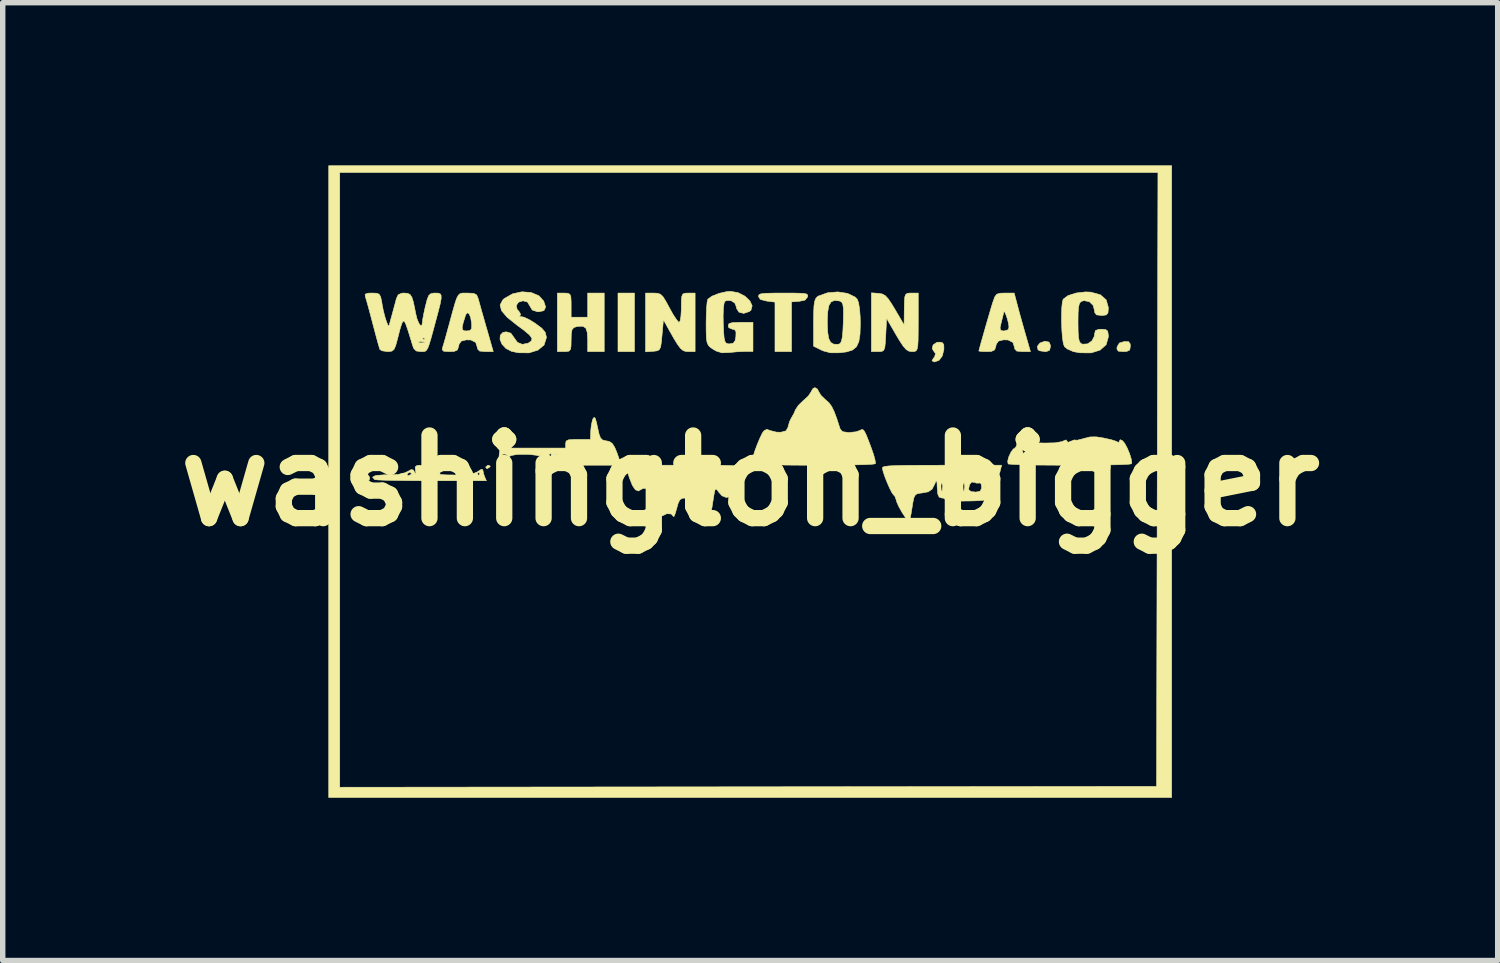
<source format=kicad_pcb>
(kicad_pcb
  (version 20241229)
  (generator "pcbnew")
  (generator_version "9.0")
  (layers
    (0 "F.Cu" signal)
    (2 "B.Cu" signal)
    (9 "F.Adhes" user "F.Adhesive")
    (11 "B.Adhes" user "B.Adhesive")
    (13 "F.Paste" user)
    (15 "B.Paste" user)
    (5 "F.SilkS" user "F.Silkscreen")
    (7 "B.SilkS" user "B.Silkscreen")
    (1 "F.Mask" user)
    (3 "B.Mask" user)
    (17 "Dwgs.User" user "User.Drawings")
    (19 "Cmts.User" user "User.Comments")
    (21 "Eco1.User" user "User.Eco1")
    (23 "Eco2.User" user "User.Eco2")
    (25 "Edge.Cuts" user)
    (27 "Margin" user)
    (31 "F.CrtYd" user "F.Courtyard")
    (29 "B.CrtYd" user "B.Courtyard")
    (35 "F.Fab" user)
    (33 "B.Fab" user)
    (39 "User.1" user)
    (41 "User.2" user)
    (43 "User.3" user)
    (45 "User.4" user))
  (footprint "washington_bigger"
    (layer "F.Cu")
    (at 10.784 5.815)
    (property "Reference" "washington_bigger" (at 0 0 0) (layer "F.SilkS") (effects (font (size 1.524 1.524) (thickness 0.3))))
    (attr through_hole)
    (fp_poly (pts (xy -2.134 -2.381) (xy -2.438 -2.381) (xy -2.438 -3.461) (xy -2.134 -3.461) (xy -2.134 -2.381)) (stroke (width 0.01) (type solid)) (fill yes) (layer "F.SilkS"))
    (fp_poly (pts (xy -7.077 -0.141) (xy -7.061 -0.127) (xy -7.016 -0.06) (xy -7.025 -0.012) (xy -7.061 0) (xy -7.098 -0.027) (xy -7.111 -0.087) (xy -7.104 -0.143) (xy -7.077 -0.141)) (stroke (width 0.01) (type solid)) (fill yes) (layer "F.SilkS"))
    (fp_poly (pts (xy -4.793 -0.266) (xy -4.801 -0.254) (xy -4.846 -0.224) (xy -4.854 -0.222) (xy -4.876 -0.247) (xy -4.877 -0.254) (xy -4.838 -0.285) (xy -4.823 -0.286) (xy -4.793 -0.266)) (stroke (width 0.01) (type solid)) (fill yes) (layer "F.SilkS"))
    (fp_poly (pts (xy 6.977 -2.564) (xy 7.007 -2.525) (xy 7.01 -2.479) (xy 6.998 -2.41) (xy 6.942 -2.384) (xy 6.88 -2.381) (xy 6.787 -2.39) (xy 6.762 -2.431) (xy 6.766 -2.469) (xy 6.808 -2.54) (xy 6.896 -2.566) (xy 6.977 -2.564)) (stroke (width 0.01) (type solid)) (fill yes) (layer "F.SilkS"))
    (fp_poly (pts (xy 5.511 -2.556) (xy 5.536 -2.498) (xy 5.537 -2.477) (xy 5.521 -2.406) (xy 5.461 -2.382) (xy 5.439 -2.381) (xy 5.341 -2.396) (xy 5.308 -2.413) (xy 5.294 -2.477) (xy 5.342 -2.539) (xy 5.428 -2.571) (xy 5.439 -2.572) (xy 5.511 -2.556)) (stroke (width 0.01) (type solid)) (fill yes) (layer "F.SilkS"))
    (fp_poly (pts (xy 7.772 5.842) (xy -7.772 5.842) (xy -7.772 -5.683) (xy -7.569 -5.683) (xy -7.569 5.652) (xy -0.038 5.644) (xy 7.493 5.636) (xy 7.506 -0.024) (xy 7.519 -5.683) (xy -7.569 -5.683) (xy -7.772 -5.683) (xy -7.772 -5.81) (xy 7.772 -5.81) (xy 7.772 5.842)) (stroke (width 0.01) (type solid)) (fill yes) (layer "F.SilkS"))
    (fp_poly (pts (xy 3.543 -2.547) (xy 3.57 -2.51) (xy 3.572 -2.427) (xy 3.571 -2.418) (xy 3.542 -2.3) (xy 3.481 -2.22) (xy 3.397 -2.191) (xy 3.354 -2.211) (xy 3.354 -2.215) (xy 3.379 -2.259) (xy 3.401 -2.285) (xy 3.417 -2.348) (xy 3.397 -2.371) (xy 3.356 -2.436) (xy 3.373 -2.505) (xy 3.438 -2.55) (xy 3.48 -2.556) (xy 3.543 -2.547)) (stroke (width 0.01) (type solid)) (fill yes) (layer "F.SilkS"))
    (fp_poly (pts (xy 0.83 -3.46) (xy 0.965 -3.456) (xy 1.035 -3.445) (xy 1.06 -3.425) (xy 1.058 -3.393) (xy 1.058 -3.389) (xy 1.009 -3.33) (xy 0.902 -3.308) (xy 0.762 -3.298) (xy 0.762 -2.381) (xy 0.457 -2.381) (xy 0.457 -3.294) (xy 0.305 -3.313) (xy 0.188 -3.343) (xy 0.152 -3.396) (xy 0.152 -3.396) (xy 0.16 -3.427) (xy 0.194 -3.446) (xy 0.276 -3.456) (xy 0.424 -3.46) (xy 0.613 -3.461) (xy 0.83 -3.46)) (stroke (width 0.01) (type solid)) (fill yes) (layer "F.SilkS"))
    (fp_poly (pts (xy -3.363 -3.457) (xy -3.325 -3.438) (xy -3.307 -3.39) (xy -3.302 -3.298) (xy -3.302 -3.239) (xy -3.302 -3.016) (xy -2.997 -3.016) (xy -2.997 -3.461) (xy -2.692 -3.461) (xy -2.692 -2.381) (xy -2.997 -2.381) (xy -2.997 -2.602) (xy -3.005 -2.735) (xy -3.031 -2.814) (xy -3.086 -2.849) (xy -3.175 -2.846) (xy -3.201 -2.842) (xy -3.255 -2.823) (xy -3.286 -2.784) (xy -3.299 -2.711) (xy -3.302 -2.601) (xy -3.304 -2.486) (xy -3.315 -2.42) (xy -3.343 -2.39) (xy -3.397 -2.382) (xy -3.429 -2.381) (xy -3.556 -2.381) (xy -3.556 -3.461) (xy -3.429 -3.461) (xy -3.363 -3.457)) (stroke (width 0.01) (type solid)) (fill yes) (layer "F.SilkS"))
    (fp_poly (pts (xy -1.708 -3.457) (xy -1.655 -3.439) (xy -1.608 -3.394) (xy -1.556 -3.311) (xy -1.491 -3.191) (xy -1.425 -3.071) (xy -1.365 -2.979) (xy -1.322 -2.927) (xy -1.31 -2.921) (xy -1.292 -2.95) (xy -1.278 -3.029) (xy -1.271 -3.141) (xy -1.27 -3.191) (xy -1.269 -3.322) (xy -1.261 -3.401) (xy -1.242 -3.443) (xy -1.204 -3.458) (xy -1.143 -3.461) (xy -1.016 -3.461) (xy -1.016 -2.381) (xy -1.139 -2.381) (xy -1.193 -2.385) (xy -1.239 -2.402) (xy -1.285 -2.441) (xy -1.338 -2.511) (xy -1.406 -2.621) (xy -1.496 -2.78) (xy -1.53 -2.842) (xy -1.6 -2.969) (xy -1.626 -2.683) (xy -1.639 -2.548) (xy -1.653 -2.463) (xy -1.677 -2.417) (xy -1.716 -2.396) (xy -1.778 -2.388) (xy -1.791 -2.387) (xy -1.93 -2.377) (xy -1.93 -3.461) (xy -1.781 -3.461) (xy -1.708 -3.457)) (stroke (width 0.01) (type solid)) (fill yes) (layer "F.SilkS"))
    (fp_poly (pts (xy 2.368 -3.455) (xy 2.435 -3.444) (xy 2.49 -3.414) (xy 2.546 -3.354) (xy 2.614 -3.252) (xy 2.67 -3.159) (xy 2.838 -2.873) (xy 2.841 -3.167) (xy 2.844 -3.305) (xy 2.851 -3.391) (xy 2.869 -3.437) (xy 2.902 -3.457) (xy 2.956 -3.461) (xy 2.972 -3.461) (xy 3.099 -3.461) (xy 3.099 -2.921) (xy 3.098 -2.725) (xy 3.096 -2.583) (xy 3.09 -2.487) (xy 3.078 -2.427) (xy 3.059 -2.396) (xy 3.03 -2.383) (xy 2.99 -2.381) (xy 2.985 -2.381) (xy 2.928 -2.389) (xy 2.877 -2.419) (xy 2.822 -2.481) (xy 2.753 -2.586) (xy 2.692 -2.688) (xy 2.515 -2.994) (xy 2.5 -2.688) (xy 2.492 -2.547) (xy 2.482 -2.457) (xy 2.463 -2.408) (xy 2.431 -2.386) (xy 2.38 -2.381) (xy 2.36 -2.381) (xy 2.235 -2.381) (xy 2.235 -3.465) (xy 2.368 -3.455)) (stroke (width 0.01) (type solid)) (fill yes) (layer "F.SilkS"))
    (fp_poly (pts (xy 1.794 -3.455) (xy 1.933 -3.388) (xy 1.975 -3.346) (xy 1.998 -3.281) (xy 2.017 -3.169) (xy 2.028 -3.023) (xy 2.031 -2.896) (xy 2.025 -2.703) (xy 2.003 -2.564) (xy 1.959 -2.47) (xy 1.886 -2.41) (xy 1.777 -2.376) (xy 1.648 -2.36) (xy 1.481 -2.359) (xy 1.349 -2.394) (xy 1.308 -2.412) (xy 1.168 -2.481) (xy 1.168 -2.918) (xy 1.168 -2.923) (xy 1.422 -2.923) (xy 1.428 -2.747) (xy 1.447 -2.625) (xy 1.483 -2.552) (xy 1.541 -2.518) (xy 1.624 -2.516) (xy 1.625 -2.516) (xy 1.658 -2.53) (xy 1.682 -2.572) (xy 1.699 -2.65) (xy 1.71 -2.774) (xy 1.716 -2.91) (xy 1.72 -3.074) (xy 1.718 -3.186) (xy 1.707 -3.256) (xy 1.686 -3.295) (xy 1.652 -3.313) (xy 1.646 -3.315) (xy 1.556 -3.325) (xy 1.493 -3.299) (xy 1.452 -3.233) (xy 1.43 -3.117) (xy 1.422 -2.946) (xy 1.422 -2.923) (xy 1.168 -2.923) (xy 1.17 -3.098) (xy 1.176 -3.224) (xy 1.189 -3.309) (xy 1.21 -3.362) (xy 1.241 -3.396) (xy 1.257 -3.406) (xy 1.426 -3.466) (xy 1.615 -3.482) (xy 1.794 -3.455)) (stroke (width 0.01) (type solid)) (fill yes) (layer "F.SilkS"))
    (fp_poly (pts (xy 4.929 -3.231) (xy 4.966 -3.091) (xy 5.014 -2.919) (xy 5.063 -2.745) (xy 5.079 -2.691) (xy 5.168 -2.381) (xy 5.022 -2.381) (xy 4.915 -2.391) (xy 4.878 -2.431) (xy 4.876 -2.453) (xy 4.845 -2.55) (xy 4.755 -2.596) (xy 4.668 -2.598) (xy 4.578 -2.575) (xy 4.537 -2.516) (xy 4.531 -2.484) (xy 4.508 -2.413) (xy 4.448 -2.385) (xy 4.366 -2.381) (xy 4.26 -2.384) (xy 4.216 -2.392) (xy 4.225 -2.428) (xy 4.248 -2.513) (xy 4.282 -2.633) (xy 4.322 -2.774) (xy 4.336 -2.822) (xy 4.608 -2.822) (xy 4.616 -2.777) (xy 4.657 -2.763) (xy 4.682 -2.762) (xy 4.758 -2.785) (xy 4.772 -2.834) (xy 4.763 -2.902) (xy 4.743 -2.982) (xy 4.718 -3.057) (xy 4.695 -3.108) (xy 4.679 -3.118) (xy 4.676 -3.111) (xy 4.663 -3.053) (xy 4.64 -2.96) (xy 4.628 -2.913) (xy 4.608 -2.822) (xy 4.336 -2.822) (xy 4.365 -2.924) (xy 4.407 -3.067) (xy 4.443 -3.191) (xy 4.471 -3.282) (xy 4.475 -3.294) (xy 4.51 -3.391) (xy 4.547 -3.44) (xy 4.609 -3.458) (xy 4.698 -3.461) (xy 4.868 -3.461) (xy 4.929 -3.231)) (stroke (width 0.01) (type solid)) (fill yes) (layer "F.SilkS"))
    (fp_poly (pts (xy -5.213 -3.461) (xy -5.099 -3.455) (xy -5.043 -3.425) (xy -5.013 -3.351) (xy -5.011 -3.342) (xy -4.99 -3.266) (xy -4.956 -3.143) (xy -4.912 -2.99) (xy -4.865 -2.823) (xy -4.858 -2.802) (xy -4.738 -2.381) (xy -4.883 -2.381) (xy -4.99 -2.391) (xy -5.028 -2.431) (xy -5.03 -2.453) (xy -5.061 -2.55) (xy -5.151 -2.596) (xy -5.238 -2.598) (xy -5.328 -2.575) (xy -5.369 -2.516) (xy -5.375 -2.484) (xy -5.398 -2.413) (xy -5.458 -2.385) (xy -5.544 -2.381) (xy -5.65 -2.387) (xy -5.68 -2.417) (xy -5.669 -2.469) (xy -5.649 -2.534) (xy -5.617 -2.645) (xy -5.578 -2.788) (xy -5.566 -2.829) (xy -5.311 -2.829) (xy -5.305 -2.783) (xy -5.274 -2.765) (xy -5.229 -2.762) (xy -5.166 -2.77) (xy -5.138 -2.806) (xy -5.136 -2.885) (xy -5.138 -2.905) (xy -5.155 -3.011) (xy -5.183 -3.078) (xy -5.215 -3.097) (xy -5.245 -3.063) (xy -5.251 -3.046) (xy -5.293 -2.912) (xy -5.311 -2.829) (xy -5.566 -2.829) (xy -5.537 -2.937) (xy -5.485 -3.129) (xy -5.445 -3.268) (xy -5.414 -3.361) (xy -5.384 -3.419) (xy -5.352 -3.449) (xy -5.311 -3.46) (xy -5.255 -3.461) (xy -5.213 -3.461)) (stroke (width 0.01) (type solid)) (fill yes) (layer "F.SilkS"))
    (fp_poly (pts (xy -4.039 -3.471) (xy -3.895 -3.41) (xy -3.808 -3.313) (xy -3.772 -3.203) (xy -3.804 -3.136) (xy -3.9 -3.116) (xy -3.924 -3.117) (xy -4.019 -3.148) (xy -4.064 -3.223) (xy -4.107 -3.296) (xy -4.19 -3.318) (xy -4.191 -3.318) (xy -4.274 -3.292) (xy -4.313 -3.231) (xy -4.298 -3.159) (xy -4.267 -3.127) (xy -4.234 -3.071) (xy -4.245 -3.044) (xy -4.254 -3.021) (xy -4.23 -3.027) (xy -4.171 -3.016) (xy -4.07 -2.968) (xy -3.968 -2.905) (xy -3.844 -2.813) (xy -3.781 -2.739) (xy -3.76 -2.658) (xy -3.759 -2.635) (xy -3.801 -2.503) (xy -3.914 -2.409) (xy -4.079 -2.358) (xy -4.277 -2.36) (xy -4.403 -2.387) (xy -4.506 -2.441) (xy -4.578 -2.519) (xy -4.614 -2.606) (xy -4.609 -2.683) (xy -4.56 -2.735) (xy -4.499 -2.746) (xy -4.414 -2.721) (xy -4.357 -2.642) (xy -4.292 -2.551) (xy -4.201 -2.515) (xy -4.094 -2.537) (xy -4.089 -2.54) (xy -4.033 -2.58) (xy -4.025 -2.627) (xy -4.071 -2.69) (xy -4.179 -2.78) (xy -4.293 -2.863) (xy -4.481 -3.013) (xy -4.586 -3.136) (xy -4.612 -3.241) (xy -4.563 -3.334) (xy -4.535 -3.36) (xy -4.382 -3.447) (xy -4.209 -3.484) (xy -4.039 -3.471)) (stroke (width 0.01) (type solid)) (fill yes) (layer "F.SilkS"))
    (fp_poly (pts (xy 6.279 -3.478) (xy 6.456 -3.43) (xy 6.564 -3.336) (xy 6.604 -3.196) (xy 6.604 -3.184) (xy 6.598 -3.098) (xy 6.569 -3.059) (xy 6.502 -3.048) (xy 6.477 -3.048) (xy 6.384 -3.059) (xy 6.352 -3.106) (xy 6.35 -3.137) (xy 6.323 -3.235) (xy 6.255 -3.301) (xy 6.161 -3.321) (xy 6.133 -3.316) (xy 6.095 -3.3) (xy 6.07 -3.265) (xy 6.055 -3.2) (xy 6.047 -3.095) (xy 6.045 -2.938) (xy 6.045 -2.917) (xy 6.047 -2.753) (xy 6.054 -2.641) (xy 6.069 -2.572) (xy 6.093 -2.535) (xy 6.129 -2.518) (xy 6.223 -2.524) (xy 6.301 -2.579) (xy 6.346 -2.665) (xy 6.35 -2.705) (xy 6.366 -2.77) (xy 6.432 -2.793) (xy 6.477 -2.794) (xy 6.555 -2.788) (xy 6.592 -2.759) (xy 6.603 -2.691) (xy 6.604 -2.65) (xy 6.564 -2.509) (xy 6.454 -2.41) (xy 6.288 -2.358) (xy 6.079 -2.359) (xy 5.96 -2.381) (xy 5.846 -2.431) (xy 5.795 -2.473) (xy 5.775 -2.527) (xy 5.759 -2.629) (xy 5.748 -2.763) (xy 5.741 -2.913) (xy 5.741 -3.063) (xy 5.746 -3.196) (xy 5.757 -3.298) (xy 5.772 -3.348) (xy 5.86 -3.414) (xy 6.01 -3.462) (xy 6.185 -3.482) (xy 6.279 -3.478)) (stroke (width 0.01) (type solid)) (fill yes) (layer "F.SilkS"))
    (fp_poly (pts (xy -0.223 -3.468) (xy -0.098 -3.404) (xy -0.007 -3.318) (xy 0.036 -3.226) (xy 0.014 -3.145) (xy -0.016 -3.12) (xy -0.119 -3.086) (xy -0.205 -3.107) (xy -0.251 -3.175) (xy -0.254 -3.202) (xy -0.284 -3.277) (xy -0.354 -3.321) (xy -0.438 -3.322) (xy -0.467 -3.308) (xy -0.483 -3.267) (xy -0.494 -3.177) (xy -0.499 -3.049) (xy -0.497 -2.902) (xy -0.49 -2.742) (xy -0.481 -2.635) (xy -0.466 -2.57) (xy -0.443 -2.537) (xy -0.408 -2.525) (xy -0.381 -2.524) (xy -0.314 -2.536) (xy -0.279 -2.581) (xy -0.264 -2.659) (xy -0.262 -2.747) (xy -0.289 -2.787) (xy -0.327 -2.794) (xy -0.393 -2.821) (xy -0.406 -2.857) (xy -0.391 -2.897) (xy -0.329 -2.916) (xy -0.194 -2.921) (xy -0.178 -2.921) (xy 0.051 -2.921) (xy 0.051 -2.384) (xy -0.089 -2.384) (xy -0.244 -2.378) (xy -0.391 -2.364) (xy -0.522 -2.359) (xy -0.627 -2.392) (xy -0.683 -2.424) (xy -0.737 -2.461) (xy -0.773 -2.499) (xy -0.796 -2.553) (xy -0.808 -2.633) (xy -0.812 -2.753) (xy -0.813 -2.901) (xy -0.81 -3.057) (xy -0.804 -3.193) (xy -0.794 -3.295) (xy -0.782 -3.347) (xy -0.781 -3.348) (xy -0.706 -3.403) (xy -0.575 -3.455) (xy -0.429 -3.488) (xy -0.365 -3.493) (xy -0.223 -3.468)) (stroke (width 0.01) (type solid)) (fill yes) (layer "F.SilkS"))
    (fp_poly (pts (xy 4.996 -0.863) (xy 4.991 -0.81) (xy 4.984 -0.725) (xy 5 -0.622) (xy 5.002 -0.614) (xy 5.037 -0.496) (xy 5.117 -0.599) (xy 5.174 -0.662) (xy 5.24 -0.691) (xy 5.351 -0.697) (xy 5.44 -0.695) (xy 5.617 -0.699) (xy 5.742 -0.72) (xy 5.762 -0.728) (xy 5.825 -0.753) (xy 5.842 -0.73) (xy 5.857 -0.707) (xy 5.918 -0.73) (xy 5.918 -0.73) (xy 5.98 -0.754) (xy 5.994 -0.749) (xy 6.033 -0.748) (xy 6.129 -0.772) (xy 6.148 -0.778) (xy 6.266 -0.808) (xy 6.383 -0.809) (xy 6.516 -0.788) (xy 6.656 -0.757) (xy 6.752 -0.726) (xy 6.768 -0.716) (xy 6.801 -0.707) (xy 6.806 -0.729) (xy 6.824 -0.757) (xy 6.864 -0.739) (xy 6.905 -0.691) (xy 6.952 -0.604) (xy 6.995 -0.502) (xy 7.026 -0.404) (xy 7.036 -0.333) (xy 7.03 -0.312) (xy 6.974 -0.304) (xy 6.833 -0.297) (xy 6.627 -0.292) (xy 6.374 -0.289) (xy 6.09 -0.287) (xy 5.794 -0.286) (xy 5.505 -0.288) (xy 5.239 -0.29) (xy 5.015 -0.295) (xy 4.851 -0.301) (xy 4.764 -0.308) (xy 4.756 -0.311) (xy 4.748 -0.361) (xy 4.768 -0.439) (xy 4.806 -0.522) (xy 4.849 -0.583) (xy 4.874 -0.597) (xy 4.906 -0.633) (xy 4.926 -0.71) (xy 4.928 -0.749) (xy 4.936 -0.833) (xy 4.959 -0.883) (xy 4.971 -0.889) (xy 4.996 -0.863)) (stroke (width 0.01) (type solid)) (fill yes) (layer "F.SilkS"))
    (fp_poly (pts (xy 1.24 -1.69) (xy 1.262 -1.645) (xy 1.307 -1.572) (xy 1.391 -1.491) (xy 1.398 -1.486) (xy 1.454 -1.436) (xy 1.502 -1.37) (xy 1.547 -1.278) (xy 1.597 -1.145) (xy 1.656 -0.962) (xy 1.656 -0.96) (xy 1.702 -0.905) (xy 1.811 -0.889) (xy 1.82 -0.889) (xy 1.946 -0.902) (xy 2.02 -0.926) (xy 2.052 -0.943) (xy 2.079 -0.942) (xy 2.105 -0.914) (xy 2.138 -0.849) (xy 2.182 -0.739) (xy 2.232 -0.606) (xy 2.275 -0.483) (xy 2.302 -0.383) (xy 2.31 -0.322) (xy 2.307 -0.313) (xy 2.25 -0.304) (xy 2.109 -0.297) (xy 1.903 -0.292) (xy 1.649 -0.289) (xy 1.365 -0.287) (xy 1.069 -0.286) (xy 0.779 -0.288) (xy 0.513 -0.291) (xy 0.29 -0.295) (xy 0.125 -0.301) (xy 0.039 -0.309) (xy 0.031 -0.312) (xy 0.03 -0.354) (xy 0.051 -0.439) (xy 0.086 -0.551) (xy 0.131 -0.672) (xy 0.179 -0.786) (xy 0.222 -0.875) (xy 0.252 -0.919) (xy 0.304 -0.948) (xy 0.374 -0.924) (xy 0.485 -0.896) (xy 0.569 -0.895) (xy 0.66 -0.92) (xy 0.698 -0.988) (xy 0.7 -1) (xy 0.726 -1.093) (xy 0.76 -1.159) (xy 0.806 -1.24) (xy 0.834 -1.307) (xy 0.888 -1.39) (xy 0.978 -1.477) (xy 0.986 -1.483) (xy 1.073 -1.563) (xy 1.123 -1.639) (xy 1.125 -1.645) (xy 1.158 -1.701) (xy 1.194 -1.717) (xy 1.24 -1.69)) (stroke (width 0.01) (type solid)) (fill yes) (layer "F.SilkS"))
    (fp_poly (pts (xy -0.541 -0.285) (xy -0.337 -0.28) (xy -0.202 -0.266) (xy -0.126 -0.24) (xy -0.097 -0.199) (xy -0.106 -0.138) (xy -0.141 -0.056) (xy -0.187 0.046) (xy -0.268 0.192) (xy -0.353 0.28) (xy -0.438 0.31) (xy -0.52 0.278) (xy -0.577 0.214) (xy -0.612 0.166) (xy -0.635 0.152) (xy -0.652 0.178) (xy -0.667 0.252) (xy -0.686 0.373) (xy -0.706 0.5) (xy -0.725 0.577) (xy -0.752 0.613) (xy -0.792 0.621) (xy -0.845 0.615) (xy -0.941 0.613) (xy -0.965 0.633) (xy -0.996 0.656) (xy -1.016 0.651) (xy -1.045 0.61) (xy -1.064 0.528) (xy -1.067 0.474) (xy -1.071 0.381) (xy -1.093 0.334) (xy -1.145 0.319) (xy -1.187 0.318) (xy -1.254 0.324) (xy -1.298 0.352) (xy -1.329 0.417) (xy -1.357 0.516) (xy -1.384 0.608) (xy -1.405 0.659) (xy -1.415 0.659) (xy -1.415 0.659) (xy -1.457 0.613) (xy -1.538 0.607) (xy -1.609 0.643) (xy -1.645 0.649) (xy -1.677 0.599) (xy -1.703 0.5) (xy -1.721 0.36) (xy -1.725 0.302) (xy -1.736 0.199) (xy -1.755 0.109) (xy -1.778 0.043) (xy -1.801 0.01) (xy -1.818 0.02) (xy -1.825 0.07) (xy -1.845 0.133) (xy -1.9 0.14) (xy -1.982 0.143) (xy -2.004 0.157) (xy -2.062 0.189) (xy -2.118 0.166) (xy -2.173 0.085) (xy -2.229 -0.057) (xy -2.263 -0.167) (xy -2.297 -0.286) (xy -1.199 -0.286) (xy -0.825 -0.286) (xy -0.541 -0.285)) (stroke (width 0.01) (type solid)) (fill yes) (layer "F.SilkS"))
    (fp_poly (pts (xy -2.856 -1.148) (xy -2.834 -1.073) (xy -2.815 -0.984) (xy -2.788 -0.862) (xy -2.76 -0.789) (xy -2.723 -0.752) (xy -2.668 -0.737) (xy -2.655 -0.736) (xy -2.593 -0.722) (xy -2.543 -0.686) (xy -2.499 -0.617) (xy -2.452 -0.504) (xy -2.413 -0.389) (xy -2.38 -0.286) (xy -3.052 -0.286) (xy -3.323 -0.286) (xy -3.507 -0.288) (xy -3.617 -0.293) (xy -3.667 -0.303) (xy -3.671 -0.318) (xy -3.644 -0.341) (xy -3.636 -0.347) (xy -3.576 -0.414) (xy -3.571 -0.466) (xy -3.59 -0.496) (xy -3.599 -0.466) (xy -3.601 -0.449) (xy -3.611 -0.399) (xy -3.647 -0.394) (xy -3.738 -0.427) (xy -3.869 -0.461) (xy -3.997 -0.476) (xy -3.708 -0.476) (xy -3.69 -0.45) (xy -3.675 -0.455) (xy -3.668 -0.493) (xy -3.675 -0.497) (xy -3.705 -0.493) (xy -3.708 -0.476) (xy -3.997 -0.476) (xy -4.049 -0.483) (xy -4.131 -0.486) (xy -4.297 -0.485) (xy -4.404 -0.466) (xy -4.494 -0.421) (xy -4.521 -0.402) (xy -4.65 -0.313) (xy -4.628 -0.478) (xy -4.572 -0.478) (xy -4.535 -0.446) (xy -4.521 -0.445) (xy -4.472 -0.455) (xy -4.47 -0.459) (xy -4.506 -0.486) (xy -4.521 -0.492) (xy -4.568 -0.49) (xy -4.572 -0.478) (xy -4.628 -0.478) (xy -4.613 -0.603) (xy -3.404 -0.603) (xy -3.404 -0.683) (xy -3.394 -0.732) (xy -3.348 -0.755) (xy -3.237 -0.762) (xy -3.175 -0.762) (xy -2.946 -0.762) (xy -2.941 -0.913) (xy -2.93 -1.022) (xy -2.909 -1.118) (xy -2.899 -1.143) (xy -2.877 -1.17) (xy -2.856 -1.148)) (stroke (width 0.01) (type solid)) (fill yes) (layer "F.SilkS"))
    (fp_poly (pts (xy -6.003 -0.27) (xy -5.893 -0.232) (xy -5.79 -0.185) (xy -5.724 -0.142) (xy -5.719 -0.119) (xy -5.685 -0.112) (xy -5.575 -0.107) (xy -5.424 -0.106) (xy -5.232 -0.112) (xy -5.124 -0.127) (xy -5.029 -0.127) (xy -5.011 -0.101) (xy -4.995 -0.106) (xy -4.989 -0.144) (xy -4.995 -0.148) (xy -5.026 -0.144) (xy -5.029 -0.127) (xy -5.124 -0.127) (xy -5.113 -0.129) (xy -5.035 -0.162) (xy -5.018 -0.173) (xy -4.954 -0.213) (xy -4.93 -0.2) (xy -4.929 -0.191) (xy -4.914 -0.122) (xy -4.896 -0.071) (xy -4.865 0) (xy -5.878 0) (xy -6.19 -0.001) (xy -6.465 -0.004) (xy -6.69 -0.008) (xy -6.848 -0.014) (xy -6.922 -0.02) (xy -6.926 -0.021) (xy -6.964 -0.067) (xy -6.905 -0.097) (xy -6.753 -0.109) (xy -6.694 -0.109) (xy -6.496 -0.116) (xy -6.45 -0.127) (xy -6.325 -0.127) (xy -6.321 -0.098) (xy -6.302 -0.095) (xy -6.25 -0.118) (xy -6.248 -0.127) (xy -6.266 -0.158) (xy -6.271 -0.159) (xy -6.314 -0.137) (xy -6.325 -0.127) (xy -6.45 -0.127) (xy -6.366 -0.147) (xy -6.326 -0.166) (xy -6.25 -0.206) (xy -6.213 -0.198) (xy -6.186 -0.153) (xy -6.164 -0.119) (xy -6.164 -0.145) (xy -6.167 -0.159) (xy -5.994 -0.159) (xy -5.973 -0.107) (xy -5.944 -0.095) (xy -5.902 -0.122) (xy -5.901 -0.127) (xy -5.842 -0.127) (xy -5.823 -0.101) (xy -5.808 -0.106) (xy -5.802 -0.144) (xy -5.808 -0.148) (xy -5.838 -0.144) (xy -5.842 -0.127) (xy -5.901 -0.127) (xy -5.893 -0.159) (xy -5.914 -0.21) (xy -5.944 -0.222) (xy -5.985 -0.196) (xy -5.994 -0.159) (xy -6.167 -0.159) (xy -6.172 -0.183) (xy -6.178 -0.254) (xy -6.143 -0.282) (xy -6.089 -0.286) (xy -6.003 -0.27)) (stroke (width 0.01) (type solid)) (fill yes) (layer "F.SilkS"))
    (fp_poly (pts (xy -5.754 -3.459) (xy -5.717 -3.447) (xy -5.699 -3.416) (xy -5.699 -3.357) (xy -5.717 -3.26) (xy -5.753 -3.118) (xy -5.793 -2.969) (xy -5.848 -2.763) (xy -5.89 -2.612) (xy -5.922 -2.507) (xy -5.948 -2.44) (xy -5.973 -2.402) (xy -5.999 -2.385) (xy -6.032 -2.381) (xy -6.075 -2.381) (xy -6.158 -2.393) (xy -6.205 -2.44) (xy -6.227 -2.5) (xy -6.241 -2.548) (xy -6.125 -2.548) (xy -6.075 -2.543) (xy -6.009 -2.548) (xy -6.008 -2.559) (xy -6.076 -2.567) (xy -6.106 -2.562) (xy -6.125 -2.548) (xy -6.241 -2.548) (xy -6.256 -2.599) (xy -6.263 -2.619) (xy -6.045 -2.619) (xy -6.02 -2.603) (xy -5.994 -2.619) (xy -6.02 -2.635) (xy -6.045 -2.619) (xy -6.263 -2.619) (xy -6.296 -2.726) (xy -6.323 -2.81) (xy -6.354 -2.896) (xy -6.379 -2.941) (xy -6.402 -2.942) (xy -6.427 -2.893) (xy -6.459 -2.79) (xy -6.5 -2.629) (xy -6.505 -2.611) (xy -6.537 -2.493) (xy -6.567 -2.424) (xy -6.606 -2.391) (xy -6.663 -2.382) (xy -6.686 -2.381) (xy -6.788 -2.396) (xy -6.829 -2.421) (xy -6.843 -2.466) (xy -6.87 -2.56) (xy -6.906 -2.692) (xy -6.947 -2.848) (xy -6.958 -2.889) (xy -7.001 -3.053) (xy -7.04 -3.199) (xy -7.072 -3.313) (xy -7.093 -3.382) (xy -7.096 -3.389) (xy -7.101 -3.44) (xy -7.046 -3.459) (xy -6.972 -3.461) (xy -6.892 -3.458) (xy -6.844 -3.441) (xy -6.816 -3.395) (xy -6.796 -3.307) (xy -6.786 -3.243) (xy -6.765 -3.136) (xy -6.738 -3.03) (xy -6.709 -2.937) (xy -6.682 -2.873) (xy -6.664 -2.852) (xy -6.659 -2.86) (xy -6.649 -2.898) (xy -6.627 -2.98) (xy -6.603 -3.066) (xy -6.57 -3.189) (xy -6.539 -3.302) (xy -6.525 -3.358) (xy -6.49 -3.431) (xy -6.422 -3.459) (xy -6.379 -3.461) (xy -6.318 -3.456) (xy -6.273 -3.434) (xy -6.24 -3.386) (xy -6.212 -3.299) (xy -6.184 -3.165) (xy -6.169 -3.087) (xy -6.144 -2.985) (xy -6.112 -2.907) (xy -6.08 -2.863) (xy -6.056 -2.862) (xy -6.045 -2.914) (xy -6.045 -2.918) (xy -6.038 -2.98) (xy -6.019 -3.083) (xy -5.992 -3.207) (xy -5.988 -3.221) (xy -5.957 -3.343) (xy -5.928 -3.415) (xy -5.891 -3.449) (xy -5.838 -3.46) (xy -5.81 -3.461) (xy -5.754 -3.459)) (stroke (width 0.01) (type solid)) (fill yes) (layer "F.SilkS"))
    (fp_poly (pts (xy 4.602 -0.151) (xy 4.57 -0.066) (xy 4.532 -0.012) (xy 4.519 -0.005) (xy 4.479 0.031) (xy 4.467 0.074) (xy 4.462 0.122) (xy 4.445 0.113) (xy 4.418 0.071) (xy 4.367 0.011) (xy 4.334 0.012) (xy 4.319 0.076) (xy 4.318 0.11) (xy 4.329 0.184) (xy 4.367 0.206) (xy 4.391 0.203) (xy 4.438 0.202) (xy 4.437 0.244) (xy 4.426 0.275) (xy 4.401 0.321) (xy 4.361 0.348) (xy 4.282 0.363) (xy 4.14 0.371) (xy 3.997 0.374) (xy 3.782 0.375) (xy 3.649 0.367) (xy 3.607 0.351) (xy 3.566 0.321) (xy 3.531 0.318) (xy 3.485 0.302) (xy 3.459 0.246) (xy 3.449 0.139) (xy 3.449 0.135) (xy 3.448 0.111) (xy 3.518 0.111) (xy 3.522 0.176) (xy 3.534 0.193) (xy 3.54 0.183) (xy 3.546 0.135) (xy 3.624 0.135) (xy 3.629 0.18) (xy 3.668 0.221) (xy 3.695 0.201) (xy 3.705 0.128) (xy 3.769 0.128) (xy 3.776 0.173) (xy 3.818 0.219) (xy 3.846 0.204) (xy 3.858 0.132) (xy 3.857 0.111) (xy 3.924 0.111) (xy 3.928 0.176) (xy 3.94 0.193) (xy 3.947 0.183) (xy 3.949 0.162) (xy 4.026 0.162) (xy 4.071 0.2) (xy 4.162 0.209) (xy 4.239 0.194) (xy 4.266 0.14) (xy 4.267 0.115) (xy 4.258 0.056) (xy 4.235 0.041) (xy 4.234 0.042) (xy 4.172 0.044) (xy 4.138 0.031) (xy 4.085 0.023) (xy 4.046 0.071) (xy 4.043 0.08) (xy 4.026 0.162) (xy 3.949 0.162) (xy 3.956 0.107) (xy 3.948 0.056) (xy 3.934 0.038) (xy 3.926 0.076) (xy 3.924 0.111) (xy 3.857 0.111) (xy 3.857 0.103) (xy 3.852 0.03) (xy 3.837 0.014) (xy 3.805 0.048) (xy 3.8 0.054) (xy 3.769 0.128) (xy 3.705 0.128) (xy 3.705 0.127) (xy 3.705 0.103) (xy 3.701 0.03) (xy 3.688 0.015) (xy 3.66 0.051) (xy 3.653 0.061) (xy 3.624 0.135) (xy 3.546 0.135) (xy 3.55 0.107) (xy 3.541 0.056) (xy 3.528 0.038) (xy 3.519 0.076) (xy 3.518 0.111) (xy 3.448 0.111) (xy 3.445 0.038) (xy 3.437 -0.000345) (xy 3.422 0.014) (xy 3.404 0.059) (xy 3.355 0.154) (xy 3.284 0.204) (xy 3.165 0.226) (xy 3.15 0.227) (xy 3.085 0.237) (xy 3.045 0.262) (xy 3.018 0.315) (xy 2.998 0.41) (xy 2.986 0.488) (xy 2.967 0.607) (xy 2.948 0.699) (xy 2.933 0.747) (xy 2.93 0.751) (xy 2.903 0.731) (xy 2.854 0.666) (xy 2.801 0.585) (xy 2.742 0.48) (xy 2.703 0.393) (xy 2.692 0.353) (xy 2.669 0.288) (xy 2.649 0.268) (xy 2.616 0.224) (xy 2.571 0.137) (xy 2.523 0.027) (xy 2.479 -0.085) (xy 2.448 -0.181) (xy 2.438 -0.237) (xy 2.449 -0.253) (xy 2.49 -0.265) (xy 2.572 -0.274) (xy 2.709 -0.28) (xy 2.911 -0.284) (xy 3.192 -0.285) (xy 3.537 -0.286) (xy 4.636 -0.286) (xy 4.602 -0.151)) (stroke (width 0.01) (type solid)) (fill yes) (layer "F.SilkS")))
  (gr_rect
    (start -3 -3)
    (end 24.568 14.662)
    (stroke (width 0.1) (type default))
    (fill no)
    (layer "Edge.Cuts")))
</source>
